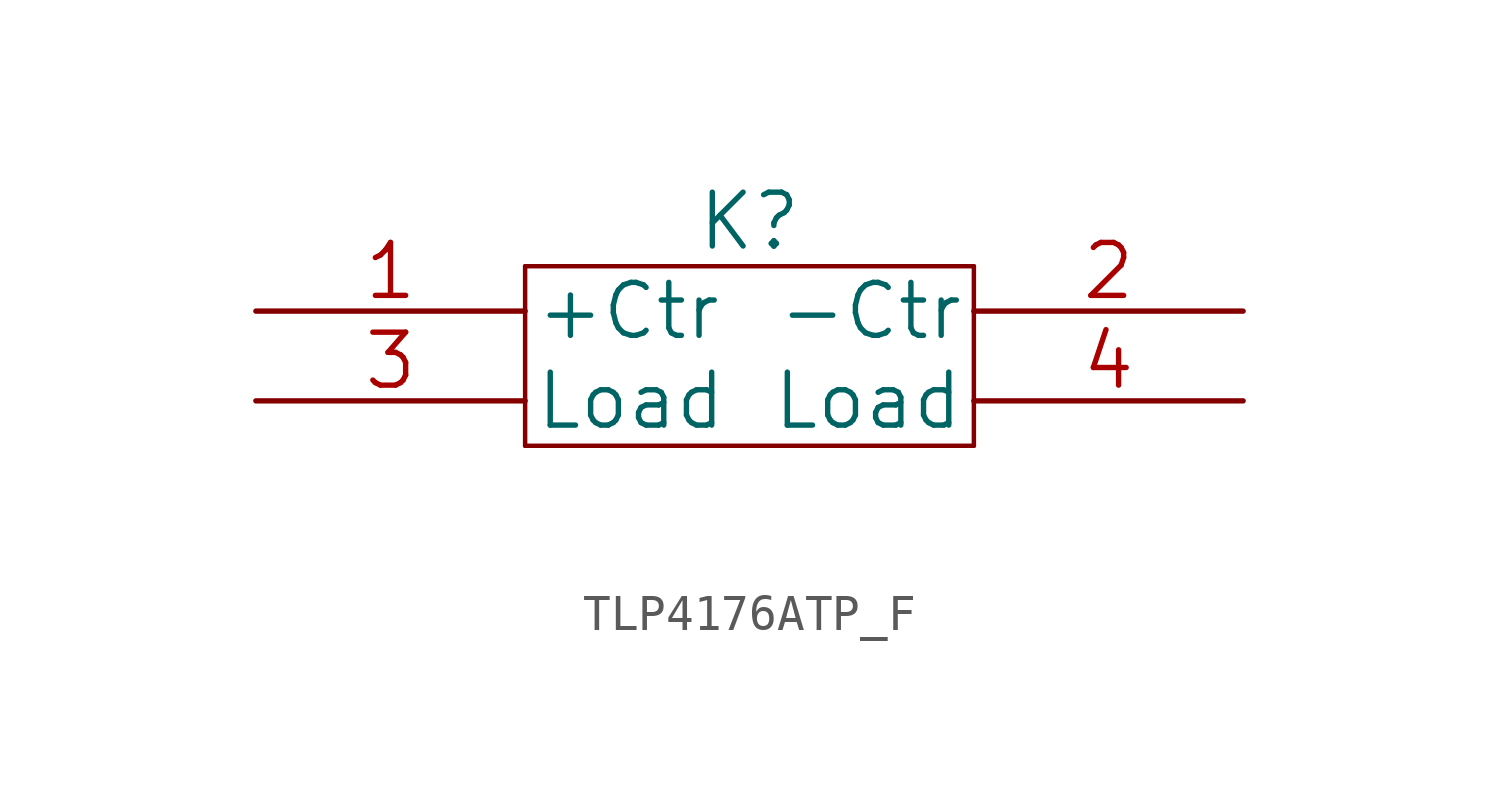
<source format=kicad_sym>
(kicad_symbol_lib
  (version 20211014)
  (generator kicad_symbol_editor)
  (symbol "TLP4176ATP_F"
    (pin_names
      (offset 0.254))
    (property "Reference" "K"
      (at 0 3.81 0)
      (effects (font (size 1.524 1.524))))
    (property "Datasheet" ""
      (at -13.97 -5.08 0)
      (effects (font (size 1.524 1.524))))
    (symbol "TLP4176ATP_F_1_1"
      (polyline (pts (xy -6.35 -2.54) (xy 6.35 -2.54)) (stroke (width 0.127) (type default) (color 0 0 0 0)) (fill (type none)))
      (polyline (pts (xy -6.35 2.54) (xy -6.35 -2.54)) (stroke (width 0.127) (type default) (color 0 0 0 0)) (fill (type none)))
      (polyline (pts (xy 6.35 -2.54) (xy 6.35 2.54)) (stroke (width 0.127) (type default) (color 0 0 0 0)) (fill (type none)))
      (polyline (pts (xy 6.35 2.54) (xy -6.35 2.54)) (stroke (width 0.127) (type default) (color 0 0 0 0)) (fill (type none)))
      (pin unspecified line (at -13.97 1.27 0) (length 7.62) (name "+Ctr" (effects (font (size 1.499 1.499)))) (number "1" (effects (font (size 1.499 1.499)))))
      (pin unspecified line (at 13.97 1.27 180) (length 7.62) (name "-Ctr" (effects (font (size 1.499 1.499)))) (number "2" (effects (font (size 1.499 1.499)))))
      (pin unspecified line (at -13.97 -1.27 0) (length 7.62) (name "Load" (effects (font (size 1.499 1.499)))) (number "3" (effects (font (size 1.499 1.499)))))
      (pin unspecified line (at 13.97 -1.27 180) (length 7.62) (name "Load" (effects (font (size 1.499 1.499)))) (number "4" (effects (font (size 1.499 1.499))))))))
</source>
